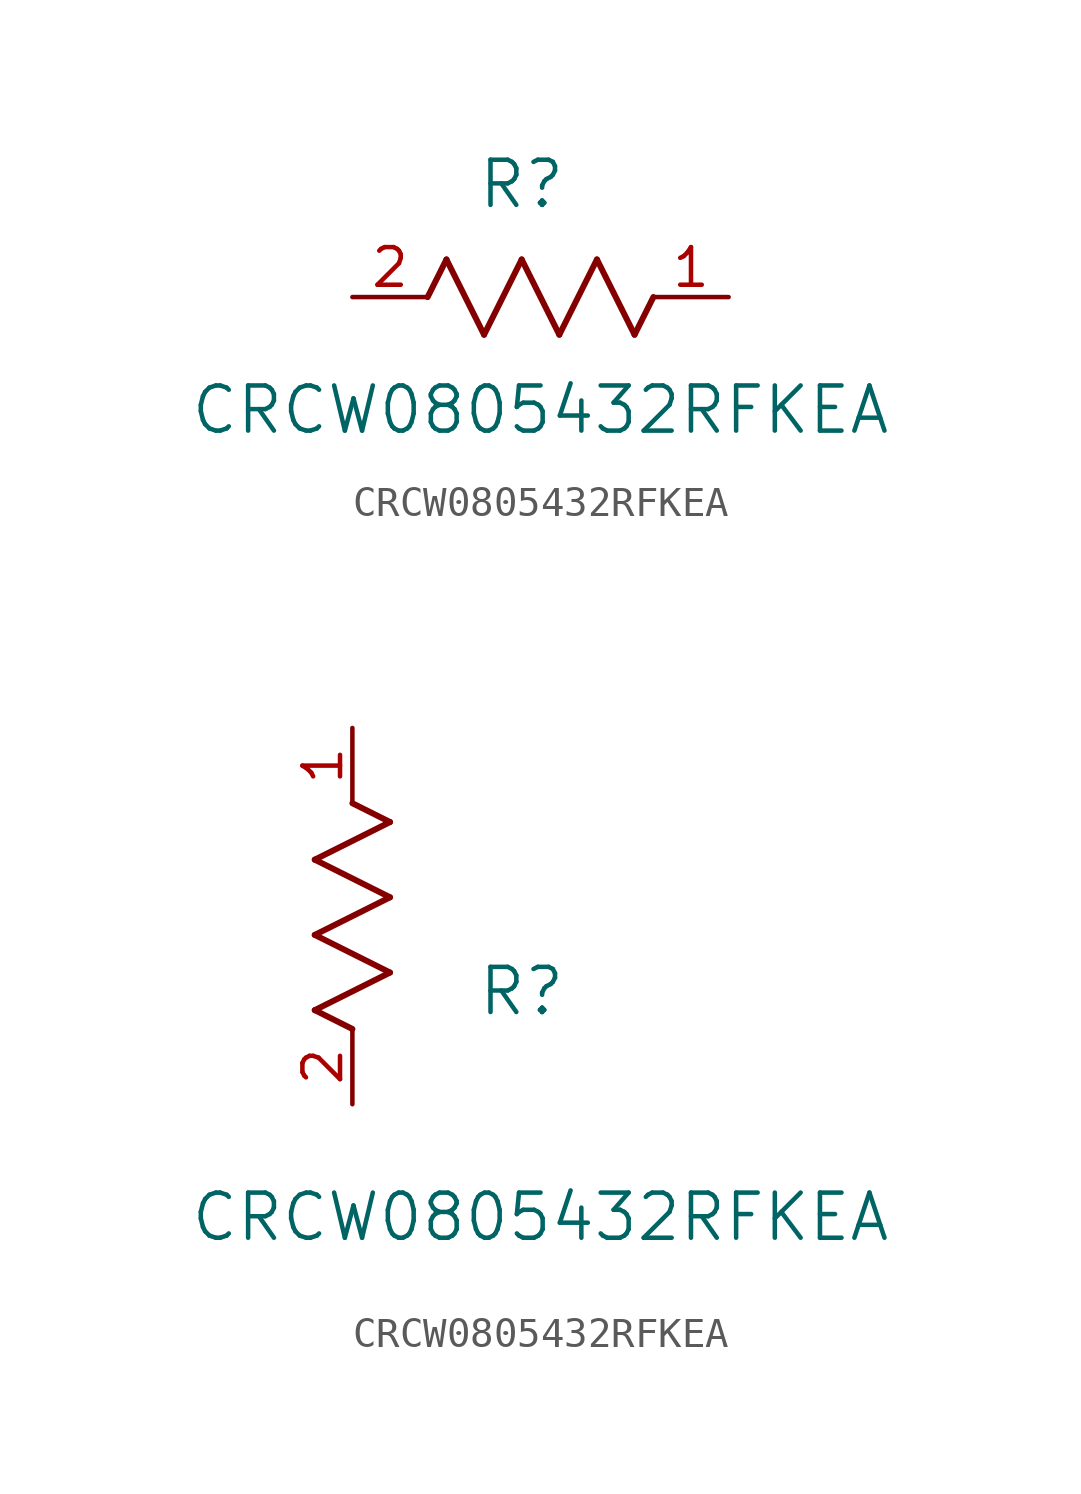
<source format=kicad_sym>
(kicad_symbol_lib
  (version 20241209)
  (generator "kicad_symbol_editor")
  (generator_version "9.0")
  (symbol "CRCW0805432RFKEA"
    (pin_names
      (offset 0.254))
    (property "Reference" "R"
      (at 5.715 3.81 0)
      (effects (font (size 1.524 1.524))))
    (property "Value" "CRCW0805432RFKEA"
      (at 6.35 -3.81 0)
      (effects (font (size 1.524 1.524))))
    (symbol "CRCW0805432RFKEA_1_1"
      (polyline (pts (xy 2.54 0) (xy 3.175 1.27)) (stroke (width 0.203) (type default)) (fill (type none)))
      (polyline (pts (xy 3.175 1.27) (xy 4.445 -1.27)) (stroke (width 0.203) (type default)) (fill (type none)))
      (polyline (pts (xy 4.445 -1.27) (xy 5.715 1.27)) (stroke (width 0.203) (type default)) (fill (type none)))
      (polyline (pts (xy 5.715 1.27) (xy 6.985 -1.27)) (stroke (width 0.203) (type default)) (fill (type none)))
      (polyline (pts (xy 6.985 -1.27) (xy 8.255 1.27)) (stroke (width 0.203) (type default)) (fill (type none)))
      (polyline (pts (xy 8.255 1.27) (xy 9.525 -1.27)) (stroke (width 0.203) (type default)) (fill (type none)))
      (polyline (pts (xy 9.525 -1.27) (xy 10.16 0)) (stroke (width 0.203) (type default)) (fill (type none)))
      (pin unspecified line (at 0 0 0) (length 2.54) (name "" (effects (font (size 1.27 1.27)))) (number "2" (effects (font (size 1.27 1.27)))))
      (pin unspecified line (at 12.7 0 180) (length 2.54) (name "" (effects (font (size 1.27 1.27)))) (number "1" (effects (font (size 1.27 1.27))))))
    (symbol "CRCW0805432RFKEA_1_2"
      (polyline (pts (xy -1.27 8.255) (xy 1.27 9.525)) (stroke (width 0.203) (type default)) (fill (type none)))
      (polyline (pts (xy -1.27 5.715) (xy 1.27 6.985)) (stroke (width 0.203) (type default)) (fill (type none)))
      (polyline (pts (xy -1.27 3.175) (xy 1.27 4.445)) (stroke (width 0.203) (type default)) (fill (type none)))
      (polyline (pts (xy 0 2.54) (xy -1.27 3.175)) (stroke (width 0.203) (type default)) (fill (type none)))
      (polyline (pts (xy 1.27 9.525) (xy 0 10.16)) (stroke (width 0.203) (type default)) (fill (type none)))
      (polyline (pts (xy 1.27 6.985) (xy -1.27 8.255)) (stroke (width 0.203) (type default)) (fill (type none)))
      (polyline (pts (xy 1.27 4.445) (xy -1.27 5.715)) (stroke (width 0.203) (type default)) (fill (type none)))
      (pin unspecified line (at 0 12.7 270) (length 2.54) (name "" (effects (font (size 1.27 1.27)))) (number "1" (effects (font (size 1.27 1.27)))))
      (pin unspecified line (at 0 0 90) (length 2.54) (name "" (effects (font (size 1.27 1.27)))) (number "2" (effects (font (size 1.27 1.27))))))))
</source>
